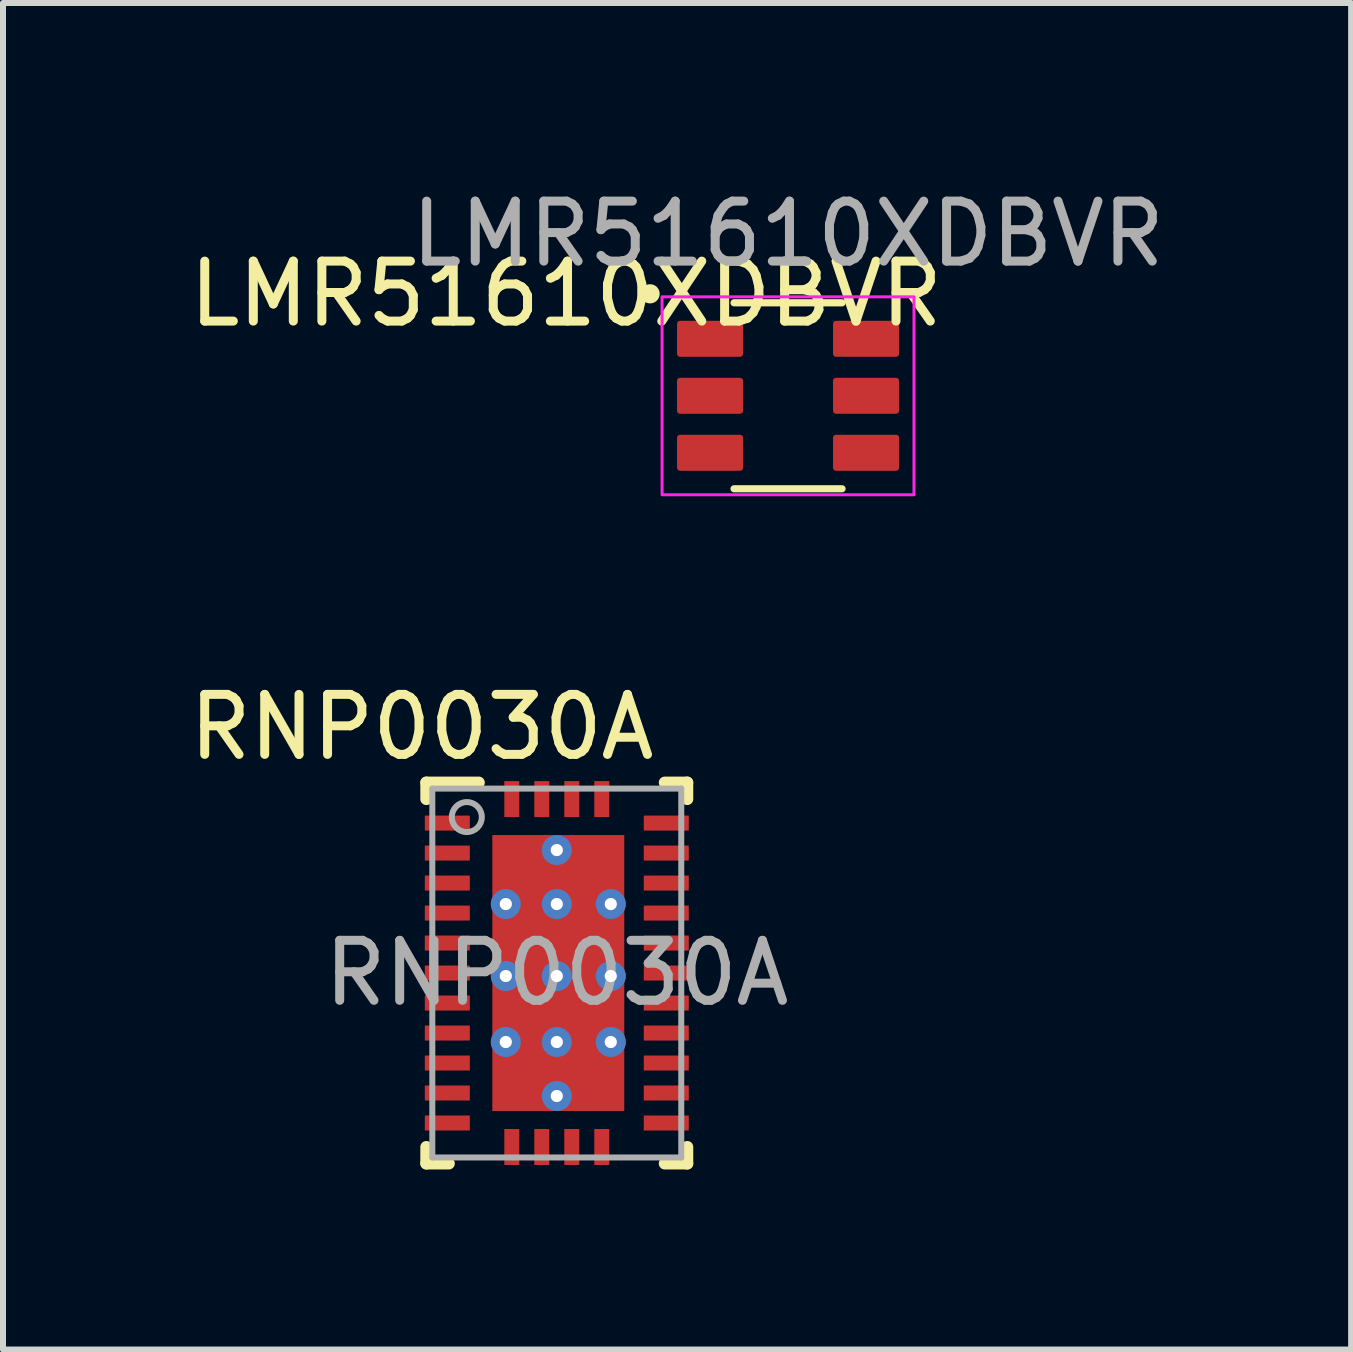
<source format=kicad_pcb>
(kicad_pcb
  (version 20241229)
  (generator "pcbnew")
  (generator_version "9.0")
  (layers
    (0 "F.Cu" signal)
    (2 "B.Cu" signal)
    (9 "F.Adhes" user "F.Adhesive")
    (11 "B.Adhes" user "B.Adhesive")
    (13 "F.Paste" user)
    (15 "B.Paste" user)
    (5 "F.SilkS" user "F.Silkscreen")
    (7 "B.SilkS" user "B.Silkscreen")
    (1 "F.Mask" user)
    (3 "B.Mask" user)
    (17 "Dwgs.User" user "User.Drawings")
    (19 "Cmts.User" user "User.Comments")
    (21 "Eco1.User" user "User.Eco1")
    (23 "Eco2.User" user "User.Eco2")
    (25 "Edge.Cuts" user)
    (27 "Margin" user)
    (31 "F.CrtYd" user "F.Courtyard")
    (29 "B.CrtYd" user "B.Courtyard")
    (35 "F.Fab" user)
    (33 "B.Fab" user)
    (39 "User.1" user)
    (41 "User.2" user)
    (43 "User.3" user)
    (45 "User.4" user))
  (footprint "RNP0030A"
    (layer "F.Cu")
    (at 6.232 13.171)
    (property "Reference" "RNP0030A" (at -2.25 -4.1 0) (unlocked yes) (layer "F.SilkS") (effects (font (size 1 1) (thickness 0.15))))
    (attr smd)
    (fp_line (start -2.175 -3.175) (end -1.3 -3.175) (stroke (width 0.2) (type solid)) (layer "F.SilkS"))
    (fp_line (start -2.175 -2.9) (end -2.175 -3.175) (stroke (width 0.2) (type solid)) (layer "F.SilkS"))
    (fp_line (start -2.175 3.175) (end -2.175 2.9) (stroke (width 0.2) (type solid)) (layer "F.SilkS"))
    (fp_line (start -2.175 3.175) (end -1.8 3.175) (stroke (width 0.2) (type solid)) (layer "F.SilkS"))
    (fp_line (start 1.8 -3.175) (end 2.175 -3.175) (stroke (width 0.2) (type solid)) (layer "F.SilkS"))
    (fp_line (start 1.8 3.175) (end 2.175 3.175) (stroke (width 0.2) (type solid)) (layer "F.SilkS"))
    (fp_line (start 2.175 -2.9) (end 2.175 -3.175) (stroke (width 0.2) (type solid)) (layer "F.SilkS"))
    (fp_line (start 2.175 3.175) (end 2.175 2.9) (stroke (width 0.2) (type solid)) (layer "F.SilkS"))
    (fp_poly (pts (xy -0.148 -1.26) (xy -1.032 -1.26) (xy -1.041 -1.261) (xy -1.05 -1.264) (xy -1.059 -1.268) (xy -1.066 -1.274) (xy -1.072 -1.281) (xy -1.076 -1.29) (xy -1.079 -1.299) (xy -1.08 -1.308) (xy -1.08 -2.172) (xy -1.079 -2.181) (xy -1.076 -2.19) (xy -1.072 -2.199) (xy -1.066 -2.206) (xy -1.059 -2.212) (xy -1.05 -2.216) (xy -1.041 -2.219) (xy -1.032 -2.22) (xy -0.148 -2.22) (xy -0.139 -2.219) (xy -0.13 -2.216) (xy -0.121 -2.212) (xy -0.114 -2.206) (xy -0.108 -2.199) (xy -0.104 -2.19) (xy -0.101 -2.181) (xy -0.1 -2.172) (xy -0.1 -1.308) (xy -0.101 -1.299) (xy -0.104 -1.29) (xy -0.108 -1.281) (xy -0.114 -1.274) (xy -0.121 -1.268) (xy -0.13 -1.264) (xy -0.139 -1.261)) (stroke (width 0) (type solid)) (fill yes) (layer "F.Paste"))
    (fp_poly (pts (xy -0.148 -0.1) (xy -1.032 -0.1) (xy -1.041 -0.101) (xy -1.05 -0.104) (xy -1.059 -0.108) (xy -1.066 -0.114) (xy -1.072 -0.121) (xy -1.076 -0.13) (xy -1.079 -0.139) (xy -1.08 -0.148) (xy -1.08 -1.012) (xy -1.079 -1.021) (xy -1.076 -1.03) (xy -1.072 -1.039) (xy -1.066 -1.046) (xy -1.059 -1.052) (xy -1.05 -1.056) (xy -1.041 -1.059) (xy -1.032 -1.06) (xy -0.148 -1.06) (xy -0.139 -1.059) (xy -0.13 -1.056) (xy -0.121 -1.052) (xy -0.114 -1.046) (xy -0.108 -1.039) (xy -0.104 -1.03) (xy -0.101 -1.021) (xy -0.1 -1.012) (xy -0.1 -0.148) (xy -0.101 -0.139) (xy -0.104 -0.13) (xy -0.108 -0.121) (xy -0.114 -0.114) (xy -0.121 -0.108) (xy -0.13 -0.104) (xy -0.139 -0.101)) (stroke (width 0) (type solid)) (fill yes) (layer "F.Paste"))
    (fp_poly (pts (xy -0.148 1.06) (xy -1.032 1.06) (xy -1.041 1.059) (xy -1.05 1.056) (xy -1.059 1.052) (xy -1.066 1.046) (xy -1.072 1.039) (xy -1.076 1.03) (xy -1.079 1.021) (xy -1.08 1.012) (xy -1.08 0.148) (xy -1.079 0.139) (xy -1.076 0.13) (xy -1.072 0.121) (xy -1.066 0.114) (xy -1.059 0.108) (xy -1.05 0.104) (xy -1.041 0.101) (xy -1.032 0.1) (xy -0.148 0.1) (xy -0.139 0.101) (xy -0.13 0.104) (xy -0.121 0.108) (xy -0.114 0.114) (xy -0.108 0.121) (xy -0.104 0.13) (xy -0.101 0.139) (xy -0.1 0.148) (xy -0.1 1.012) (xy -0.101 1.021) (xy -0.104 1.03) (xy -0.108 1.039) (xy -0.114 1.046) (xy -0.121 1.052) (xy -0.13 1.056) (xy -0.139 1.059)) (stroke (width 0) (type solid)) (fill yes) (layer "F.Paste"))
    (fp_poly (pts (xy -0.148 2.22) (xy -1.032 2.22) (xy -1.041 2.219) (xy -1.05 2.216) (xy -1.059 2.212) (xy -1.066 2.206) (xy -1.072 2.199) (xy -1.076 2.19) (xy -1.079 2.181) (xy -1.08 2.172) (xy -1.08 1.308) (xy -1.079 1.299) (xy -1.076 1.29) (xy -1.072 1.281) (xy -1.066 1.274) (xy -1.059 1.268) (xy -1.05 1.264) (xy -1.041 1.261) (xy -1.032 1.26) (xy -0.148 1.26) (xy -0.139 1.261) (xy -0.13 1.264) (xy -0.121 1.268) (xy -0.114 1.274) (xy -0.108 1.281) (xy -0.104 1.29) (xy -0.101 1.299) (xy -0.1 1.308) (xy -0.1 2.172) (xy -0.101 2.181) (xy -0.104 2.19) (xy -0.108 2.199) (xy -0.114 2.206) (xy -0.121 2.212) (xy -0.13 2.216) (xy -0.139 2.219)) (stroke (width 0) (type solid)) (fill yes) (layer "F.Paste"))
    (fp_poly (pts (xy 1.032 -1.26) (xy 0.148 -1.26) (xy 0.139 -1.261) (xy 0.13 -1.264) (xy 0.121 -1.268) (xy 0.114 -1.274) (xy 0.108 -1.281) (xy 0.104 -1.29) (xy 0.101 -1.299) (xy 0.1 -1.308) (xy 0.1 -2.172) (xy 0.101 -2.181) (xy 0.104 -2.19) (xy 0.108 -2.199) (xy 0.114 -2.206) (xy 0.121 -2.212) (xy 0.13 -2.216) (xy 0.139 -2.219) (xy 0.148 -2.22) (xy 1.032 -2.22) (xy 1.041 -2.219) (xy 1.05 -2.216) (xy 1.059 -2.212) (xy 1.066 -2.206) (xy 1.072 -2.199) (xy 1.076 -2.19) (xy 1.079 -2.181) (xy 1.08 -2.172) (xy 1.08 -1.308) (xy 1.079 -1.299) (xy 1.076 -1.29) (xy 1.072 -1.281) (xy 1.066 -1.274) (xy 1.059 -1.268) (xy 1.05 -1.264) (xy 1.041 -1.261)) (stroke (width 0) (type solid)) (fill yes) (layer "F.Paste"))
    (fp_poly (pts (xy 1.032 -0.1) (xy 0.148 -0.1) (xy 0.139 -0.101) (xy 0.13 -0.104) (xy 0.121 -0.108) (xy 0.114 -0.114) (xy 0.108 -0.121) (xy 0.104 -0.13) (xy 0.101 -0.139) (xy 0.1 -0.148) (xy 0.1 -1.012) (xy 0.101 -1.021) (xy 0.104 -1.03) (xy 0.108 -1.039) (xy 0.114 -1.046) (xy 0.121 -1.052) (xy 0.13 -1.056) (xy 0.139 -1.059) (xy 0.148 -1.06) (xy 1.032 -1.06) (xy 1.041 -1.059) (xy 1.05 -1.056) (xy 1.059 -1.052) (xy 1.066 -1.046) (xy 1.072 -1.039) (xy 1.076 -1.03) (xy 1.079 -1.021) (xy 1.08 -1.012) (xy 1.08 -0.148) (xy 1.079 -0.139) (xy 1.076 -0.13) (xy 1.072 -0.121) (xy 1.066 -0.114) (xy 1.059 -0.108) (xy 1.05 -0.104) (xy 1.041 -0.101)) (stroke (width 0) (type solid)) (fill yes) (layer "F.Paste"))
    (fp_poly (pts (xy 1.032 1.06) (xy 0.148 1.06) (xy 0.139 1.059) (xy 0.13 1.056) (xy 0.121 1.052) (xy 0.114 1.046) (xy 0.108 1.039) (xy 0.104 1.03) (xy 0.101 1.021) (xy 0.1 1.012) (xy 0.1 0.148) (xy 0.101 0.139) (xy 0.104 0.13) (xy 0.108 0.121) (xy 0.114 0.114) (xy 0.121 0.108) (xy 0.13 0.104) (xy 0.139 0.101) (xy 0.148 0.1) (xy 1.032 0.1) (xy 1.041 0.101) (xy 1.05 0.104) (xy 1.059 0.108) (xy 1.066 0.114) (xy 1.072 0.121) (xy 1.076 0.13) (xy 1.079 0.139) (xy 1.08 0.148) (xy 1.08 1.012) (xy 1.079 1.021) (xy 1.076 1.03) (xy 1.072 1.039) (xy 1.066 1.046) (xy 1.059 1.052) (xy 1.05 1.056) (xy 1.041 1.059)) (stroke (width 0) (type solid)) (fill yes) (layer "F.Paste"))
    (fp_poly (pts (xy 1.032 2.22) (xy 0.148 2.22) (xy 0.139 2.219) (xy 0.13 2.216) (xy 0.121 2.212) (xy 0.114 2.206) (xy 0.108 2.199) (xy 0.104 2.19) (xy 0.101 2.181) (xy 0.1 2.172) (xy 0.1 1.308) (xy 0.101 1.299) (xy 0.104 1.29) (xy 0.108 1.281) (xy 0.114 1.274) (xy 0.121 1.268) (xy 0.13 1.264) (xy 0.139 1.261) (xy 0.148 1.26) (xy 1.032 1.26) (xy 1.041 1.261) (xy 1.05 1.264) (xy 1.059 1.268) (xy 1.066 1.274) (xy 1.072 1.281) (xy 1.076 1.29) (xy 1.079 1.299) (xy 1.08 1.308) (xy 1.08 2.172) (xy 1.079 2.181) (xy 1.076 2.19) (xy 1.072 2.199) (xy 1.066 2.206) (xy 1.059 2.212) (xy 1.05 2.216) (xy 1.041 2.219)) (stroke (width 0) (type solid)) (fill yes) (layer "F.Paste"))
    (fp_line (start -2.075 -3.075) (end 2.075 -3.075) (stroke (width 0.1) (type solid)) (layer "F.Fab"))
    (fp_line (start -2.075 3.075) (end -2.075 -3.075) (stroke (width 0.1) (type solid)) (layer "F.Fab"))
    (fp_line (start -2.075 3.075) (end 2.075 3.075) (stroke (width 0.1) (type solid)) (layer "F.Fab"))
    (fp_line (start 2.075 3.075) (end 2.075 -3.075) (stroke (width 0.1) (type solid)) (layer "F.Fab"))
    (fp_circle (center -1.5 -2.6) (end -1.25 -2.6) (stroke (width 0.1) (type solid)) (fill no) (layer "F.Fab"))
    (fp_text user "${REFERENCE}" (at 0 0 0) (unlocked yes) (layer "F.Fab") (effects (font (size 1 1) (thickness 0.15))))
    (pad "1" smd rect (at -1.825 -2.5 90) (size 0.25 0.75) (layers "F.Cu" "F.Mask" "F.Paste"))
    (pad "2" smd rect (at -1.825 -2 90) (size 0.25 0.75) (layers "F.Cu" "F.Mask" "F.Paste"))
    (pad "3" smd rect (at -1.825 -1.5 90) (size 0.25 0.75) (layers "F.Cu" "F.Mask" "F.Paste"))
    (pad "4" smd rect (at -1.825 -1 90) (size 0.25 0.75) (layers "F.Cu" "F.Mask" "F.Paste"))
    (pad "5" smd rect (at -1.825 -0.5 90) (size 0.25 0.75) (layers "F.Cu" "F.Mask" "F.Paste"))
    (pad "6" smd rect (at -1.825 0 90) (size 0.25 0.75) (layers "F.Cu" "F.Mask" "F.Paste"))
    (pad "7" smd rect (at -1.825 0.5 90) (size 0.25 0.75) (layers "F.Cu" "F.Mask" "F.Paste"))
    (pad "8" smd rect (at -1.825 1 90) (size 0.25 0.75) (layers "F.Cu" "F.Mask" "F.Paste"))
    (pad "9" smd rect (at -1.825 1.5 90) (size 0.25 0.75) (layers "F.Cu" "F.Mask" "F.Paste"))
    (pad "10" smd rect (at -1.825 2 90) (size 0.25 0.75) (layers "F.Cu" "F.Mask" "F.Paste"))
    (pad "11" smd rect (at -1.825 2.5 90) (size 0.25 0.75) (layers "F.Cu" "F.Mask" "F.Paste"))
    (pad "12" smd rect (at -0.75 2.9) (size 0.25 0.6) (layers "F.Cu" "F.Mask" "F.Paste"))
    (pad "13" smd rect (at -0.25 2.9) (size 0.25 0.6) (layers "F.Cu" "F.Mask" "F.Paste"))
    (pad "14" smd rect (at 0.25 2.9) (size 0.25 0.6) (layers "F.Cu" "F.Mask" "F.Paste"))
    (pad "15" smd rect (at 0.75 2.9) (size 0.25 0.6) (layers "F.Cu" "F.Mask" "F.Paste"))
    (pad "16" smd rect (at 1.825 2.5 90) (size 0.25 0.75) (layers "F.Cu" "F.Mask" "F.Paste"))
    (pad "17" smd rect (at 1.825 2 90) (size 0.25 0.75) (layers "F.Cu" "F.Mask" "F.Paste"))
    (pad "18" smd rect (at 1.825 1.5 90) (size 0.25 0.75) (layers "F.Cu" "F.Mask" "F.Paste"))
    (pad "19" smd rect (at 1.825 1 90) (size 0.25 0.75) (layers "F.Cu" "F.Mask" "F.Paste"))
    (pad "20" smd rect (at 1.825 0.5 90) (size 0.25 0.75) (layers "F.Cu" "F.Mask" "F.Paste"))
    (pad "21" smd rect (at 1.825 0 90) (size 0.25 0.75) (layers "F.Cu" "F.Mask" "F.Paste"))
    (pad "22" smd rect (at 1.825 -0.5 90) (size 0.25 0.75) (layers "F.Cu" "F.Mask" "F.Paste"))
    (pad "23" smd rect (at 1.825 -1 90) (size 0.25 0.75) (layers "F.Cu" "F.Mask" "F.Paste"))
    (pad "24" smd rect (at 1.825 -1.5 90) (size 0.25 0.75) (layers "F.Cu" "F.Mask" "F.Paste"))
    (pad "25" smd rect (at 1.825 -2 90) (size 0.25 0.75) (layers "F.Cu" "F.Mask" "F.Paste"))
    (pad "26" smd rect (at 1.825 -2.5 90) (size 0.25 0.75) (layers "F.Cu" "F.Mask" "F.Paste"))
    (pad "27" smd rect (at 0.75 -2.9) (size 0.25 0.6) (layers "F.Cu" "F.Mask" "F.Paste"))
    (pad "28" smd rect (at 0.25 -2.9) (size 0.25 0.6) (layers "F.Cu" "F.Mask" "F.Paste"))
    (pad "29" smd rect (at -0.25 -2.9) (size 0.25 0.6) (layers "F.Cu" "F.Mask" "F.Paste"))
    (pad "30" smd rect (at -0.75 -2.9) (size 0.25 0.6) (layers "F.Cu" "F.Mask" "F.Paste"))
    (pad "31" thru_hole circle (at -0.85 -1.15) (size 0.5 0.5) (drill 0.203) (layers "*.Cu" "*.Mask"))
    (pad "31" thru_hole circle (at -0.85 0.05) (size 0.5 0.5) (drill 0.203) (layers "*.Cu" "*.Mask"))
    (pad "31" thru_hole circle (at -0.85 1.15) (size 0.5 0.5) (drill 0.203) (layers "*.Cu" "*.Mask"))
    (pad "31" thru_hole circle (at 0 -2.05) (size 0.5 0.5) (drill 0.203) (layers "*.Cu" "*.Mask"))
    (pad "31" thru_hole circle (at 0 -1.15) (size 0.5 0.5) (drill 0.203) (layers "*.Cu" "*.Mask"))
    (pad "31" thru_hole circle (at 0 0.05) (size 0.5 0.5) (drill 0.203) (layers "*.Cu" "*.Mask"))
    (pad "31" thru_hole circle (at 0 1.15) (size 0.5 0.5) (drill 0.203) (layers "*.Cu" "*.Mask"))
    (pad "31" thru_hole circle (at 0 2.05) (size 0.5 0.5) (drill 0.203) (layers "*.Cu" "*.Mask"))
    (pad "31" smd rect (at 0.025 0) (size 2.2 4.6) (layers "F.Cu" "F.Mask"))
    (pad "31" thru_hole circle (at 0.9 -1.15) (size 0.5 0.5) (drill 0.203) (layers "*.Cu" "*.Mask"))
    (pad "31" thru_hole circle (at 0.9 0.05) (size 0.5 0.5) (drill 0.203) (layers "*.Cu" "*.Mask"))
    (pad "31" thru_hole circle (at 0.9 1.15) (size 0.5 0.5) (drill 0.203) (layers "*.Cu" "*.Mask")))
  (footprint "LMR51610XDBVR"
    (layer "F.Cu")
    (at 10.087 3.548)
    (property "Reference" "LMR51610XDBVR" (at -3.7 -1.7 0) (unlocked yes) (layer "F.SilkS") (effects (font (size 1 1) (thickness 0.15))))
    (attr smd)
    (fp_line (start -0.9 -1.55) (end 0.9 -1.55) (stroke (width 0.12) (type default)) (layer "F.SilkS"))
    (fp_line (start -0.9 1.55) (end 0.9 1.55) (stroke (width 0.12) (type default)) (layer "F.SilkS"))
    (fp_circle (center -2.3 -1.7) (end -2.2 -1.7) (stroke (width 0.12) (type solid)) (fill yes) (layer "F.SilkS"))
    (fp_rect (start -2.1 -1.65) (end 2.1 1.65) (stroke (width 0.05) (type default)) (fill no) (layer "F.CrtYd"))
    (fp_text user "${REFERENCE}" (at 0 -2.7 0) (unlocked yes) (layer "F.Fab") (effects (font (size 1 1) (thickness 0.15))))
    (pad "1" smd roundrect (at -1.3 -0.95) (size 1.1 0.6) (layers "F.Cu" "F.Mask" "F.Paste") (roundrect_rratio 0.083))
    (pad "2" smd roundrect (at -1.3 0) (size 1.1 0.6) (layers "F.Cu" "F.Mask" "F.Paste") (roundrect_rratio 0.083))
    (pad "3" smd roundrect (at -1.3 0.95) (size 1.1 0.6) (layers "F.Cu" "F.Mask" "F.Paste") (roundrect_rratio 0.083))
    (pad "4" smd roundrect (at 1.3 0.95) (size 1.1 0.6) (layers "F.Cu" "F.Mask" "F.Paste") (roundrect_rratio 0.083))
    (pad "5" smd roundrect (at 1.3 0) (size 1.1 0.6) (layers "F.Cu" "F.Mask" "F.Paste") (roundrect_rratio 0.083))
    (pad "6" smd roundrect (at 1.3 -0.95) (size 1.1 0.6) (layers "F.Cu" "F.Mask" "F.Paste") (roundrect_rratio 0.083)))
  (gr_rect
    (start -3 -3)
    (end 19.474 19.447)
    (stroke (width 0.1) (type default))
    (fill no)
    (layer "Edge.Cuts")))
</source>
